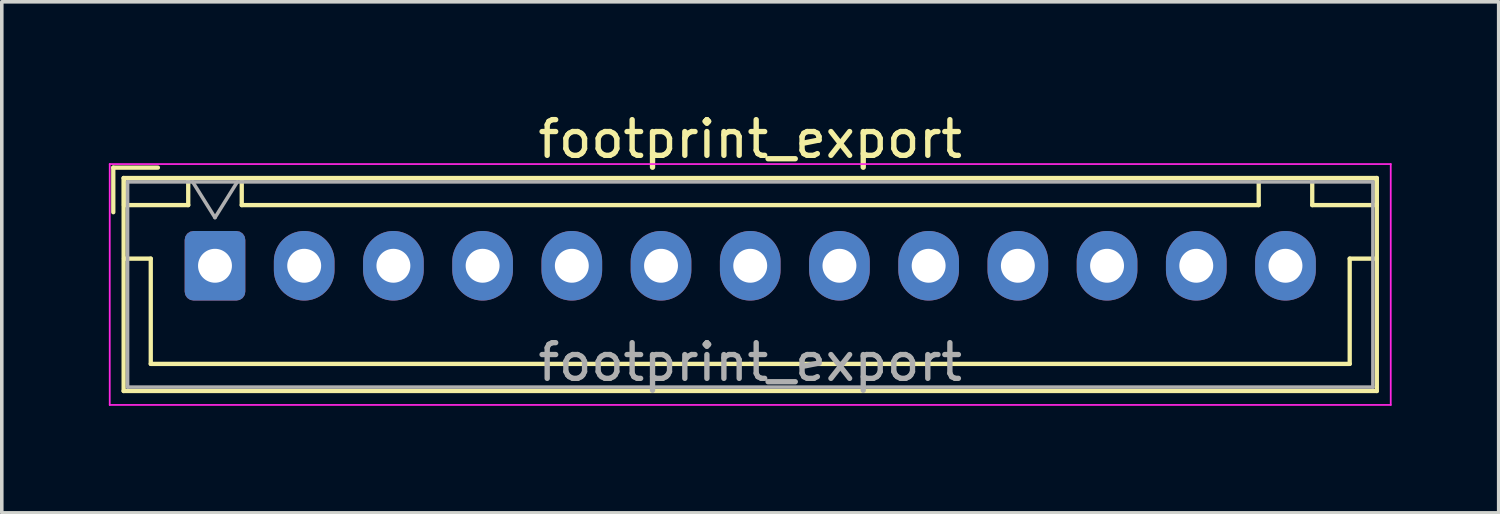
<source format=kicad_pcb>
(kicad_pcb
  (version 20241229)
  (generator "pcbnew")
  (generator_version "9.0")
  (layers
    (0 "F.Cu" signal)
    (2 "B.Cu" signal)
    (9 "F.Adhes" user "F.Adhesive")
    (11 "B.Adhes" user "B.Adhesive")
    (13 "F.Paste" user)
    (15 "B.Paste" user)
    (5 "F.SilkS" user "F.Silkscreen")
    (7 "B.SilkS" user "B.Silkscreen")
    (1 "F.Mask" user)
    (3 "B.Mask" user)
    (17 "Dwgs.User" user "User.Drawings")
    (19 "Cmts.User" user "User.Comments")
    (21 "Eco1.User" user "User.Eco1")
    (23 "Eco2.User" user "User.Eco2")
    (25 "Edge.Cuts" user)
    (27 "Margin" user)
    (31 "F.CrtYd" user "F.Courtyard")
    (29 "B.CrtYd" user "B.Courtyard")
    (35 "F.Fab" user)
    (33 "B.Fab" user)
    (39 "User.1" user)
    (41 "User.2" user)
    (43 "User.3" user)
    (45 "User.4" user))
  (footprint "footprint_export"
    (layer "F.Cu")
    (at 2.975 4.398)
    (property "Reference" "footprint_export" (at 15 -3.55 0) (layer "F.SilkS") (effects (font (size 1 1) (thickness 0.15))))
    (attr through_hole)
    (fp_line (start -2.85 -2.75) (end -2.85 -1.5) (stroke (width 0.12) (type solid)) (layer "F.SilkS"))
    (fp_line (start -2.56 -2.46) (end -2.56 3.51) (stroke (width 0.12) (type solid)) (layer "F.SilkS"))
    (fp_line (start -2.56 3.51) (end 32.56 3.51) (stroke (width 0.12) (type solid)) (layer "F.SilkS"))
    (fp_line (start -2.55 -2.45) (end -2.55 -1.7) (stroke (width 0.12) (type solid)) (layer "F.SilkS"))
    (fp_line (start -2.55 -1.7) (end -0.75 -1.7) (stroke (width 0.12) (type solid)) (layer "F.SilkS"))
    (fp_line (start -2.55 -0.2) (end -1.8 -0.2) (stroke (width 0.12) (type solid)) (layer "F.SilkS"))
    (fp_line (start -1.8 -0.2) (end -1.8 2.75) (stroke (width 0.12) (type solid)) (layer "F.SilkS"))
    (fp_line (start -1.8 2.75) (end 15 2.75) (stroke (width 0.12) (type solid)) (layer "F.SilkS"))
    (fp_line (start -1.6 -2.75) (end -2.85 -2.75) (stroke (width 0.12) (type solid)) (layer "F.SilkS"))
    (fp_line (start -0.75 -2.45) (end -2.55 -2.45) (stroke (width 0.12) (type solid)) (layer "F.SilkS"))
    (fp_line (start -0.75 -1.7) (end -0.75 -2.45) (stroke (width 0.12) (type solid)) (layer "F.SilkS"))
    (fp_line (start 0.75 -2.45) (end 0.75 -1.7) (stroke (width 0.12) (type solid)) (layer "F.SilkS"))
    (fp_line (start 0.75 -1.7) (end 29.25 -1.7) (stroke (width 0.12) (type solid)) (layer "F.SilkS"))
    (fp_line (start 29.25 -2.45) (end 0.75 -2.45) (stroke (width 0.12) (type solid)) (layer "F.SilkS"))
    (fp_line (start 29.25 -1.7) (end 29.25 -2.45) (stroke (width 0.12) (type solid)) (layer "F.SilkS"))
    (fp_line (start 30.75 -2.45) (end 30.75 -1.7) (stroke (width 0.12) (type solid)) (layer "F.SilkS"))
    (fp_line (start 30.75 -1.7) (end 32.55 -1.7) (stroke (width 0.12) (type solid)) (layer "F.SilkS"))
    (fp_line (start 31.8 -0.2) (end 31.8 2.75) (stroke (width 0.12) (type solid)) (layer "F.SilkS"))
    (fp_line (start 31.8 2.75) (end 15 2.75) (stroke (width 0.12) (type solid)) (layer "F.SilkS"))
    (fp_line (start 32.55 -2.45) (end 30.75 -2.45) (stroke (width 0.12) (type solid)) (layer "F.SilkS"))
    (fp_line (start 32.55 -1.7) (end 32.55 -2.45) (stroke (width 0.12) (type solid)) (layer "F.SilkS"))
    (fp_line (start 32.55 -0.2) (end 31.8 -0.2) (stroke (width 0.12) (type solid)) (layer "F.SilkS"))
    (fp_line (start 32.56 -2.46) (end -2.56 -2.46) (stroke (width 0.12) (type solid)) (layer "F.SilkS"))
    (fp_line (start 32.56 3.51) (end 32.56 -2.46) (stroke (width 0.12) (type solid)) (layer "F.SilkS"))
    (fp_line (start -2.95 -2.85) (end -2.95 3.9) (stroke (width 0.05) (type solid)) (layer "F.CrtYd"))
    (fp_line (start -2.95 3.9) (end 32.95 3.9) (stroke (width 0.05) (type solid)) (layer "F.CrtYd"))
    (fp_line (start 32.95 -2.85) (end -2.95 -2.85) (stroke (width 0.05) (type solid)) (layer "F.CrtYd"))
    (fp_line (start 32.95 3.9) (end 32.95 -2.85) (stroke (width 0.05) (type solid)) (layer "F.CrtYd"))
    (fp_line (start -2.45 -2.35) (end -2.45 3.4) (stroke (width 0.1) (type solid)) (layer "F.Fab"))
    (fp_line (start -2.45 3.4) (end 32.45 3.4) (stroke (width 0.1) (type solid)) (layer "F.Fab"))
    (fp_line (start -0.625 -2.35) (end 0 -1.35) (stroke (width 0.1) (type solid)) (layer "F.Fab"))
    (fp_line (start 0 -1.35) (end 0.625 -2.35) (stroke (width 0.1) (type solid)) (layer "F.Fab"))
    (fp_line (start 32.45 -2.35) (end -2.45 -2.35) (stroke (width 0.1) (type solid)) (layer "F.Fab"))
    (fp_line (start 32.45 3.4) (end 32.45 -2.35) (stroke (width 0.1) (type solid)) (layer "F.Fab"))
    (fp_text user "${REFERENCE}" (at 15 2.7 0) (layer "F.Fab") (effects (font (size 1 1) (thickness 0.15))))
    (pad "1" thru_hole roundrect (at 0 0) (size 1.7 1.95) (drill 0.95) (layers "*.Cu" "*.Mask") (roundrect_rratio 0.147))
    (pad "2" thru_hole oval (at 2.5 0) (size 1.7 1.95) (drill 0.95) (layers "*.Cu" "*.Mask"))
    (pad "3" thru_hole oval (at 5 0) (size 1.7 1.95) (drill 0.95) (layers "*.Cu" "*.Mask"))
    (pad "4" thru_hole oval (at 7.5 0) (size 1.7 1.95) (drill 0.95) (layers "*.Cu" "*.Mask"))
    (pad "5" thru_hole oval (at 10 0) (size 1.7 1.95) (drill 0.95) (layers "*.Cu" "*.Mask"))
    (pad "6" thru_hole oval (at 12.5 0) (size 1.7 1.95) (drill 0.95) (layers "*.Cu" "*.Mask"))
    (pad "7" thru_hole oval (at 15 0) (size 1.7 1.95) (drill 0.95) (layers "*.Cu" "*.Mask"))
    (pad "8" thru_hole oval (at 17.5 0) (size 1.7 1.95) (drill 0.95) (layers "*.Cu" "*.Mask"))
    (pad "9" thru_hole oval (at 20 0) (size 1.7 1.95) (drill 0.95) (layers "*.Cu" "*.Mask"))
    (pad "10" thru_hole oval (at 22.5 0) (size 1.7 1.95) (drill 0.95) (layers "*.Cu" "*.Mask"))
    (pad "11" thru_hole oval (at 25 0) (size 1.7 1.95) (drill 0.95) (layers "*.Cu" "*.Mask"))
    (pad "12" thru_hole oval (at 27.5 0) (size 1.7 1.95) (drill 0.95) (layers "*.Cu" "*.Mask"))
    (pad "13" thru_hole oval (at 30 0) (size 1.7 1.95) (drill 0.95) (layers "*.Cu" "*.Mask")))
  (gr_rect
    (start -3 -3)
    (end 38.95 11.323)
    (stroke (width 0.1) (type default))
    (fill no)
    (layer "Edge.Cuts")))
</source>
